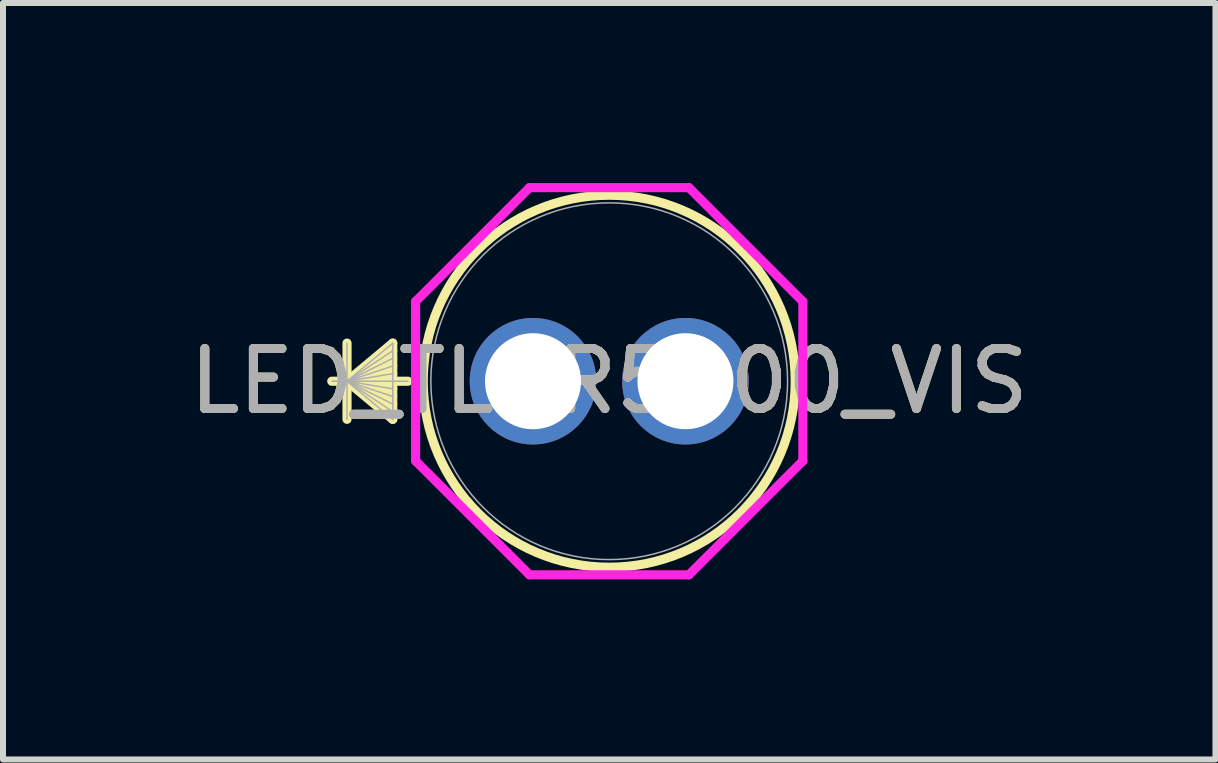
<source format=kicad_pcb>
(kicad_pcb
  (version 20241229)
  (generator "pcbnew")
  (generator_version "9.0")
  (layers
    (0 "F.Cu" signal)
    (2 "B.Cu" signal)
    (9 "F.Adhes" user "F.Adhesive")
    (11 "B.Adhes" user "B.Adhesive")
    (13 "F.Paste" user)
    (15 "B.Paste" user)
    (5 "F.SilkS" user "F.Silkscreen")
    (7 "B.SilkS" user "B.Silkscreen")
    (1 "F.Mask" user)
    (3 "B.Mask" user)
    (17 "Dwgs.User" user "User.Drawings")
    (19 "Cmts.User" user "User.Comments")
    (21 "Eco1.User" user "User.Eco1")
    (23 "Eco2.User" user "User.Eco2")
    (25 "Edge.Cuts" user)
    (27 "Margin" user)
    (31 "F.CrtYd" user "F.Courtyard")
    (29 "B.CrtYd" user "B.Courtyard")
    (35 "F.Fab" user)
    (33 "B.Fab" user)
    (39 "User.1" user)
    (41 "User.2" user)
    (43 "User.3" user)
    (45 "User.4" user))
  (footprint "LED_TLHR5400_VIS"
    (layer "F.Cu")
    (at 5.831 3.302)
    (property "Reference" "LED_TLHR5400_VIS" (at 1.27 0 0) (unlocked yes) (layer "F.SilkS") (effects (font (size 1 1) (thickness 0.15))))
    (attr through_hole)
    (fp_line (start -3.099 -0.635) (end -3.099 0.635) (stroke (width 0.152) (type solid)) (layer "F.SilkS"))
    (fp_line (start -3.099 0) (end -2.337 -0.635) (stroke (width 0.152) (type solid)) (layer "F.SilkS"))
    (fp_line (start -3.099 0) (end -2.337 -0.508) (stroke (width 0.152) (type solid)) (layer "F.SilkS"))
    (fp_line (start -3.099 0) (end -2.337 -0.381) (stroke (width 0.152) (type solid)) (layer "F.SilkS"))
    (fp_line (start -3.099 0) (end -2.337 -0.254) (stroke (width 0.152) (type solid)) (layer "F.SilkS"))
    (fp_line (start -3.099 0) (end -2.337 -0.127) (stroke (width 0.152) (type solid)) (layer "F.SilkS"))
    (fp_line (start -3.099 0) (end -2.337 0.127) (stroke (width 0.152) (type solid)) (layer "F.SilkS"))
    (fp_line (start -3.099 0) (end -2.337 0.254) (stroke (width 0.152) (type solid)) (layer "F.SilkS"))
    (fp_line (start -3.099 0) (end -2.337 0.381) (stroke (width 0.152) (type solid)) (layer "F.SilkS"))
    (fp_line (start -3.099 0) (end -2.337 0.508) (stroke (width 0.152) (type solid)) (layer "F.SilkS"))
    (fp_line (start -3.099 0) (end -2.337 0.635) (stroke (width 0.152) (type solid)) (layer "F.SilkS"))
    (fp_line (start -2.337 -0.635) (end -2.337 0.635) (stroke (width 0.152) (type solid)) (layer "F.SilkS"))
    (fp_line (start -2.083 0) (end -3.353 0) (stroke (width 0.152) (type solid)) (layer "F.SilkS"))
    (fp_circle (center 1.27 0) (end 4.369 0) (stroke (width 0.152) (type solid)) (fill no) (layer "F.SilkS"))
    (fp_line (start -1.956 -1.328) (end -0.058 -3.226) (stroke (width 0.152) (type solid)) (layer "F.CrtYd"))
    (fp_line (start -1.956 1.328) (end -1.956 -1.328) (stroke (width 0.152) (type solid)) (layer "F.CrtYd"))
    (fp_line (start -0.058 -3.226) (end 2.598 -3.226) (stroke (width 0.152) (type solid)) (layer "F.CrtYd"))
    (fp_line (start -0.058 3.226) (end -1.956 1.328) (stroke (width 0.152) (type solid)) (layer "F.CrtYd"))
    (fp_line (start 2.598 -3.226) (end 4.496 -1.328) (stroke (width 0.152) (type solid)) (layer "F.CrtYd"))
    (fp_line (start 2.598 3.226) (end -0.058 3.226) (stroke (width 0.152) (type solid)) (layer "F.CrtYd"))
    (fp_line (start 4.496 -1.328) (end 4.496 1.328) (stroke (width 0.152) (type solid)) (layer "F.CrtYd"))
    (fp_line (start 4.496 1.328) (end 2.598 3.226) (stroke (width 0.152) (type solid)) (layer "F.CrtYd"))
    (fp_line (start -3.099 -0.635) (end -3.099 0.635) (stroke (width 0.025) (type solid)) (layer "F.Fab"))
    (fp_line (start -3.099 0) (end -2.337 -0.635) (stroke (width 0.025) (type solid)) (layer "F.Fab"))
    (fp_line (start -3.099 0) (end -2.337 -0.508) (stroke (width 0.025) (type solid)) (layer "F.Fab"))
    (fp_line (start -3.099 0) (end -2.337 -0.381) (stroke (width 0.025) (type solid)) (layer "F.Fab"))
    (fp_line (start -3.099 0) (end -2.337 -0.254) (stroke (width 0.025) (type solid)) (layer "F.Fab"))
    (fp_line (start -3.099 0) (end -2.337 -0.127) (stroke (width 0.025) (type solid)) (layer "F.Fab"))
    (fp_line (start -3.099 0) (end -2.337 0.127) (stroke (width 0.025) (type solid)) (layer "F.Fab"))
    (fp_line (start -3.099 0) (end -2.337 0.254) (stroke (width 0.025) (type solid)) (layer "F.Fab"))
    (fp_line (start -3.099 0) (end -2.337 0.381) (stroke (width 0.025) (type solid)) (layer "F.Fab"))
    (fp_line (start -3.099 0) (end -2.337 0.508) (stroke (width 0.025) (type solid)) (layer "F.Fab"))
    (fp_line (start -3.099 0) (end -2.337 0.635) (stroke (width 0.025) (type solid)) (layer "F.Fab"))
    (fp_line (start -2.337 -0.635) (end -2.337 0.635) (stroke (width 0.025) (type solid)) (layer "F.Fab"))
    (fp_line (start -2.083 0) (end -3.353 0) (stroke (width 0.025) (type solid)) (layer "F.Fab"))
    (fp_circle (center 1.27 0) (end 4.242 0) (stroke (width 0.025) (type solid)) (fill no) (layer "F.Fab"))
    (fp_text user "${REFERENCE}" (at 1.27 0 0) (unlocked yes) (layer "F.Fab") (effects (font (size 1 1) (thickness 0.15))))
    (pad "1" thru_hole circle (at 0 0) (size 2.108 2.108) (drill 1.6) (layers "*.Cu" "*.Mask"))
    (pad "2" thru_hole circle (at 2.54 0) (size 2.108 2.108) (drill 1.6) (layers "*.Cu" "*.Mask")))
  (gr_rect
    (start -3 -3)
    (end 17.202 9.604)
    (stroke (width 0.1) (type default))
    (fill no)
    (layer "Edge.Cuts")))
</source>
